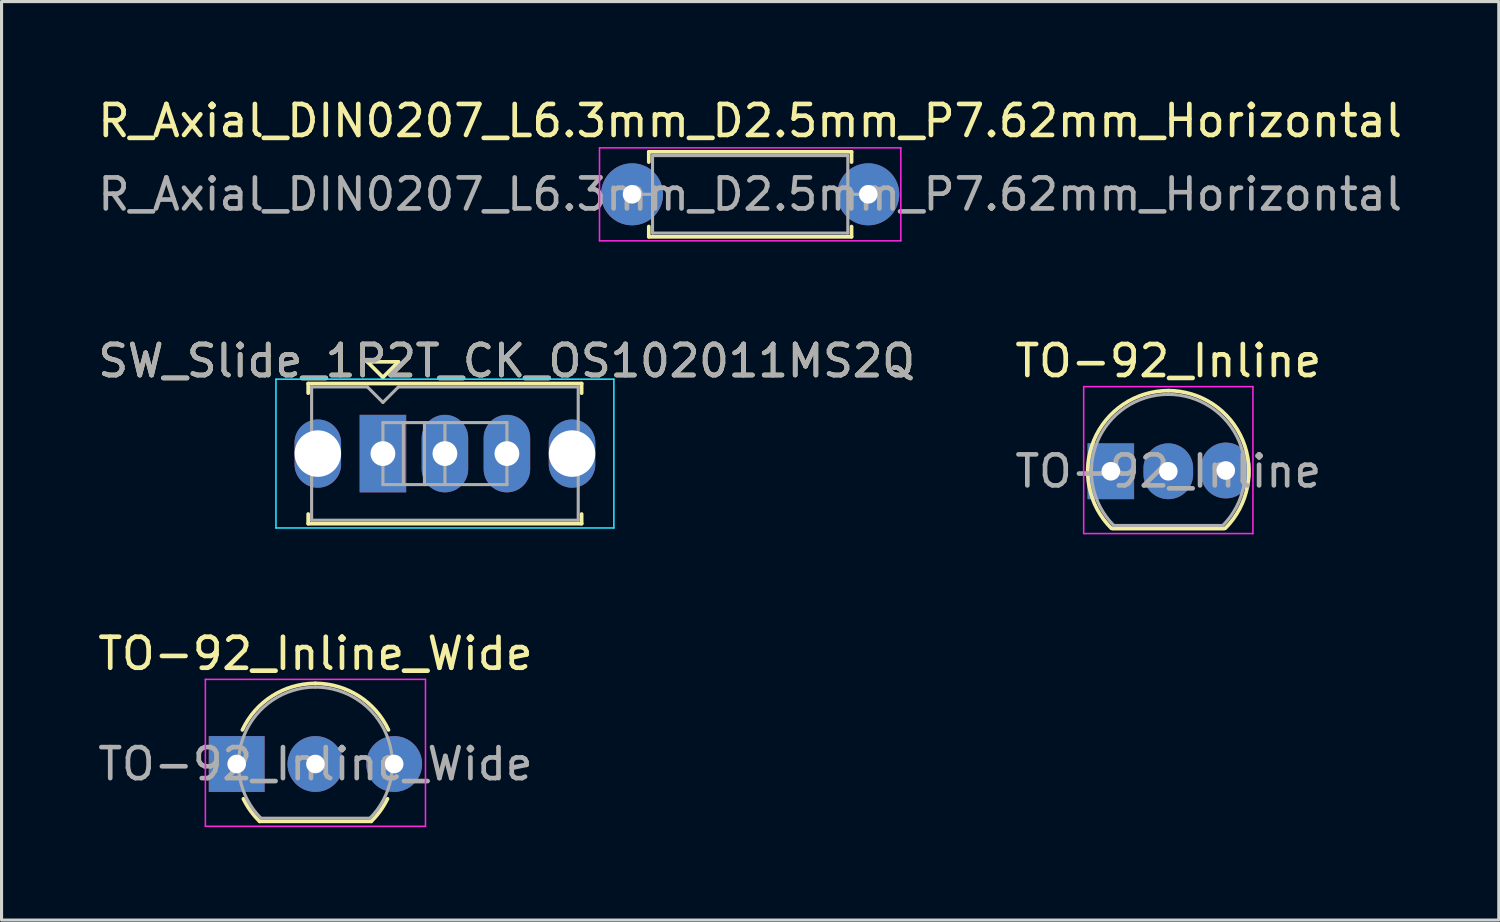
<source format=kicad_pcb>
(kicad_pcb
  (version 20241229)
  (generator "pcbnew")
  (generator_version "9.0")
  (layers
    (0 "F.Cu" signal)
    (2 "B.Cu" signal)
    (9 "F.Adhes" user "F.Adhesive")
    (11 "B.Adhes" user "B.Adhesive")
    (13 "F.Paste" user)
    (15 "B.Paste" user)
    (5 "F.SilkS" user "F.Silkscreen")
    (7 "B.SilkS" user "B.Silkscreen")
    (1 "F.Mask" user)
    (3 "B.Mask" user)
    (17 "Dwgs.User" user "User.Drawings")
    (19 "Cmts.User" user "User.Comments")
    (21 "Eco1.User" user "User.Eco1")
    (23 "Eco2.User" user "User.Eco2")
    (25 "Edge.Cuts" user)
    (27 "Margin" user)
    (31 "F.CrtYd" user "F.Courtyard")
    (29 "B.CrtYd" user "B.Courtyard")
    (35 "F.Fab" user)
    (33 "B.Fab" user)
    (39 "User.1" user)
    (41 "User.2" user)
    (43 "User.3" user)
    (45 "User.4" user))
  (footprint "TO-92_Inline_Wide"
    (layer "F.Cu")
    (at 4.585 21.595)
    (property "Reference" "TO-92_Inline_Wide" (at 2.54 -3.56 0) (layer "F.SilkS") (effects (font (size 1 1) (thickness 0.15))))
    (attr through_hole)
    (fp_line (start 0.74 1.85) (end 4.34 1.85) (stroke (width 0.12) (type solid)) (layer "F.SilkS"))
    (fp_arc (start 0.1836 -1.098807) (mid 1.143021 -2.192817) (end 2.54 -2.6) (stroke (width 0.12) (type solid)) (layer "F.SilkS"))
    (fp_arc (start 0.74 1.85) (mid 0.446097 1.509328) (end 0.215816 1.122795) (stroke (width 0.12) (type solid)) (layer "F.SilkS"))
    (fp_arc (start 2.54 -2.6) (mid 3.936979 -2.192818) (end 4.8964 -1.098807) (stroke (width 0.12) (type solid)) (layer "F.SilkS"))
    (fp_arc (start 4.864184 1.122795) (mid 4.633903 1.509328) (end 4.34 1.85) (stroke (width 0.12) (type solid)) (layer "F.SilkS"))
    (fp_line (start -1.01 -2.73) (end -1.01 2.01) (stroke (width 0.05) (type solid)) (layer "F.CrtYd"))
    (fp_line (start -1.01 -2.73) (end 6.09 -2.73) (stroke (width 0.05) (type solid)) (layer "F.CrtYd"))
    (fp_line (start 6.09 2.01) (end -1.01 2.01) (stroke (width 0.05) (type solid)) (layer "F.CrtYd"))
    (fp_line (start 6.09 2.01) (end 6.09 -2.73) (stroke (width 0.05) (type solid)) (layer "F.CrtYd"))
    (fp_line (start 0.8 1.75) (end 4.3 1.75) (stroke (width 0.1) (type solid)) (layer "F.Fab"))
    (fp_arc (start 0.786375 1.753625) (mid 0.248779 -0.949055) (end 2.54 -2.48) (stroke (width 0.1) (type solid)) (layer "F.Fab"))
    (fp_arc (start 2.54 -2.48) (mid 4.831221 -0.949055) (end 4.293625 1.753625) (stroke (width 0.1) (type solid)) (layer "F.Fab"))
    (fp_text user "${REFERENCE}" (at 2.54 0 0) (layer "F.Fab") (effects (font (size 1 1) (thickness 0.15))))
    (pad "1" thru_hole rect (at 0 0) (size 1.8 1.8) (drill 0.6) (layers "*.Cu" "*.Mask"))
    (pad "2" thru_hole circle (at 2.54 0) (size 1.8 1.8) (drill 0.6) (layers "*.Cu" "*.Mask"))
    (pad "3" thru_hole circle (at 5.08 0) (size 1.8 1.8) (drill 0.6) (layers "*.Cu" "*.Mask")))
  (footprint "TO-92_Inline"
    (layer "F.Cu")
    (at 33.367 12.152)
    (property "Reference" "TO-92_Inline" (at 1.27 -3.56 0) (layer "F.SilkS") (effects (font (size 1 1) (thickness 0.15))))
    (attr through_hole)
    (fp_line (start -0.53 1.85) (end 3.07 1.85) (stroke (width 0.12) (type solid)) (layer "F.SilkS"))
    (fp_arc (start -0.568478 1.838478) (mid -1.132087 -0.994977) (end 1.27 -2.6) (stroke (width 0.12) (type solid)) (layer "F.SilkS"))
    (fp_arc (start 1.27 -2.6) (mid 3.672087 -0.994977) (end 3.108478 1.838478) (stroke (width 0.12) (type solid)) (layer "F.SilkS"))
    (fp_line (start -1.46 -2.73) (end -1.46 2.01) (stroke (width 0.05) (type solid)) (layer "F.CrtYd"))
    (fp_line (start -1.46 -2.73) (end 4 -2.73) (stroke (width 0.05) (type solid)) (layer "F.CrtYd"))
    (fp_line (start 4 2.01) (end -1.46 2.01) (stroke (width 0.05) (type solid)) (layer "F.CrtYd"))
    (fp_line (start 4 2.01) (end 4 -2.73) (stroke (width 0.05) (type solid)) (layer "F.CrtYd"))
    (fp_line (start -0.5 1.75) (end 3 1.75) (stroke (width 0.1) (type solid)) (layer "F.Fab"))
    (fp_arc (start -0.483625 1.753625) (mid -1.021221 -0.949055) (end 1.27 -2.48) (stroke (width 0.1) (type solid)) (layer "F.Fab"))
    (fp_arc (start 1.27 -2.48) (mid 3.561221 -0.949055) (end 3.023625 1.753625) (stroke (width 0.1) (type solid)) (layer "F.Fab"))
    (fp_text user "${REFERENCE}" (at 1.27 0 0) (layer "F.Fab") (effects (font (size 1 1) (thickness 0.15))))
    (pad "1" thru_hole rect (at -0.584 0) (size 1.5 1.8) (drill 0.6) (layers "*.Cu" "*.Mask"))
    (pad "2" thru_hole oval (at 1.27 0) (size 1.6 1.8) (drill 0.6) (layers "*.Cu" "*.Mask"))
    (pad "3" thru_hole oval (at 3.124 -0.025) (size 1.6 1.8) (drill 0.6) (layers "*.Cu" "*.Mask")))
  (footprint "R_Axial_DIN0207_L6.3mm_D2.5mm_P7.62mm_Horizontal"
    (layer "F.Cu")
    (at 17.339 3.218)
    (property "Reference" "R_Axial_DIN0207_L6.3mm_D2.5mm_P7.62mm_Horizontal" (at 3.81 -2.37 0) (layer "F.SilkS") (effects (font (size 1 1) (thickness 0.15))))
    (attr through_hole)
    (fp_line (start 0.54 -1.37) (end 7.08 -1.37) (stroke (width 0.12) (type solid)) (layer "F.SilkS"))
    (fp_line (start 0.54 -1.04) (end 0.54 -1.37) (stroke (width 0.12) (type solid)) (layer "F.SilkS"))
    (fp_line (start 0.54 1.04) (end 0.54 1.37) (stroke (width 0.12) (type solid)) (layer "F.SilkS"))
    (fp_line (start 0.54 1.37) (end 7.08 1.37) (stroke (width 0.12) (type solid)) (layer "F.SilkS"))
    (fp_line (start 7.08 -1.37) (end 7.08 -1.04) (stroke (width 0.12) (type solid)) (layer "F.SilkS"))
    (fp_line (start 7.08 1.37) (end 7.08 1.04) (stroke (width 0.12) (type solid)) (layer "F.SilkS"))
    (fp_line (start -1.05 -1.5) (end -1.05 1.5) (stroke (width 0.05) (type solid)) (layer "F.CrtYd"))
    (fp_line (start -1.05 1.5) (end 8.67 1.5) (stroke (width 0.05) (type solid)) (layer "F.CrtYd"))
    (fp_line (start 8.67 -1.5) (end -1.05 -1.5) (stroke (width 0.05) (type solid)) (layer "F.CrtYd"))
    (fp_line (start 8.67 1.5) (end 8.67 -1.5) (stroke (width 0.05) (type solid)) (layer "F.CrtYd"))
    (fp_line (start 0 0) (end 0.66 0) (stroke (width 0.1) (type solid)) (layer "F.Fab"))
    (fp_line (start 0.66 -1.25) (end 0.66 1.25) (stroke (width 0.1) (type solid)) (layer "F.Fab"))
    (fp_line (start 0.66 1.25) (end 6.96 1.25) (stroke (width 0.1) (type solid)) (layer "F.Fab"))
    (fp_line (start 6.96 -1.25) (end 0.66 -1.25) (stroke (width 0.1) (type solid)) (layer "F.Fab"))
    (fp_line (start 6.96 1.25) (end 6.96 -1.25) (stroke (width 0.1) (type solid)) (layer "F.Fab"))
    (fp_line (start 7.62 0) (end 6.96 0) (stroke (width 0.1) (type solid)) (layer "F.Fab"))
    (fp_text user "${REFERENCE}" (at 3.81 0 0) (layer "F.Fab") (effects (font (size 1 1) (thickness 0.15))))
    (pad "1" thru_hole circle (at 0 0) (size 2 2) (drill 0.6) (layers "*.Cu" "*.Mask"))
    (pad "2" thru_hole oval (at 7.62 0) (size 2 2) (drill 0.6) (layers "*.Cu" "*.Mask")))
  (footprint "SW_Slide_1P2T_CK_OS102011MS2Q"
    (layer "F.Cu")
    (at 9.302 11.582)
    (property "Reference" "SW_Slide_1P2T_CK_OS102011MS2Q" (at 3.99 -2.99 0) (layer "F.SilkS") (effects (font (size 1 1) (thickness 0.15))))
    (attr through_hole)
    (fp_line (start -2.41 -2.26) (end 6.41 -2.26) (stroke (width 0.12) (type solid)) (layer "F.SilkS"))
    (fp_line (start -2.41 -1.95) (end -2.41 -2.26) (stroke (width 0.12) (type solid)) (layer "F.SilkS"))
    (fp_line (start -2.41 2.26) (end -2.41 1.95) (stroke (width 0.12) (type solid)) (layer "F.SilkS"))
    (fp_line (start -0.5 -2.96) (end 0 -2.46) (stroke (width 0.12) (type solid)) (layer "F.SilkS"))
    (fp_line (start 0 -2.46) (end 0.5 -2.96) (stroke (width 0.12) (type solid)) (layer "F.SilkS"))
    (fp_line (start 0.5 -2.96) (end -0.5 -2.96) (stroke (width 0.12) (type solid)) (layer "F.SilkS"))
    (fp_line (start 6.41 -2.26) (end 6.41 -1.95) (stroke (width 0.12) (type solid)) (layer "F.SilkS"))
    (fp_line (start 6.41 2.26) (end -2.41 2.26) (stroke (width 0.12) (type solid)) (layer "F.SilkS"))
    (fp_line (start 6.41 2.26) (end 6.41 1.95) (stroke (width 0.12) (type solid)) (layer "F.SilkS"))
    (fp_line (start -3.45 -2.4) (end 7.45 -2.4) (stroke (width 0.05) (type solid)) (layer "B.CrtYd"))
    (fp_line (start -3.45 2.4) (end -3.45 -2.4) (stroke (width 0.05) (type solid)) (layer "B.CrtYd"))
    (fp_line (start 7.45 -2.4) (end 7.45 2.4) (stroke (width 0.05) (type solid)) (layer "B.CrtYd"))
    (fp_line (start 7.45 2.4) (end -3.45 2.4) (stroke (width 0.05) (type solid)) (layer "B.CrtYd"))
    (fp_line (start -2.3 -2.15) (end -0.5 -2.15) (stroke (width 0.1) (type solid)) (layer "F.Fab"))
    (fp_line (start -2.3 2.15) (end -2.3 -2.15) (stroke (width 0.1) (type solid)) (layer "F.Fab"))
    (fp_line (start -0.5 -2.15) (end 0 -1.65) (stroke (width 0.1) (type solid)) (layer "F.Fab"))
    (fp_line (start 0 -1.65) (end 0.5 -2.15) (stroke (width 0.1) (type solid)) (layer "F.Fab"))
    (fp_line (start 0 -1) (end 0 1) (stroke (width 0.1) (type solid)) (layer "F.Fab"))
    (fp_line (start 0 -1) (end 4 -1) (stroke (width 0.1) (type solid)) (layer "F.Fab"))
    (fp_line (start 0 1) (end 4 1) (stroke (width 0.1) (type solid)) (layer "F.Fab"))
    (fp_line (start 0.5 -2.15) (end 6.3 -2.15) (stroke (width 0.1) (type solid)) (layer "F.Fab"))
    (fp_line (start 0.66 -1) (end 0.66 1) (stroke (width 0.1) (type solid)) (layer "F.Fab"))
    (fp_line (start 1.34 -1) (end 1.34 1) (stroke (width 0.1) (type solid)) (layer "F.Fab"))
    (fp_line (start 2 -1) (end 2 1) (stroke (width 0.1) (type solid)) (layer "F.Fab"))
    (fp_line (start 4 -1) (end 4 1) (stroke (width 0.1) (type solid)) (layer "F.Fab"))
    (fp_line (start 6.3 -2.15) (end 6.3 2.15) (stroke (width 0.1) (type solid)) (layer "F.Fab"))
    (fp_line (start 6.3 2.15) (end -2.3 2.15) (stroke (width 0.1) (type solid)) (layer "F.Fab"))
    (fp_text user "${REFERENCE}" (at 3.99 -2.99 0) (layer "F.Fab") (effects (font (size 1 1) (thickness 0.15))))
    (pad "" np_thru_hole oval (at -2.1 0) (size 1.5 2.2) (drill 1.5) (layers "*.Cu" "*.Mask"))
    (pad "" np_thru_hole oval (at 6.1 0) (size 1.5 2.2) (drill 1.5) (layers "*.Cu" "*.Mask"))
    (pad "1" thru_hole rect (at 0 0) (size 1.5 2.5) (drill 0.8) (layers "*.Cu" "*.Mask"))
    (pad "2" thru_hole oval (at 2 0) (size 1.5 2.5) (drill 0.8) (layers "*.Cu" "*.Mask"))
    (pad "3" thru_hole oval (at 4 0) (size 1.5 2.5) (drill 0.8) (layers "*.Cu" "*.Mask")))
  (gr_rect
    (start -3 -3)
    (end 45.298 26.63)
    (stroke (width 0.1) (type default))
    (fill no)
    (layer "Edge.Cuts")))
</source>
